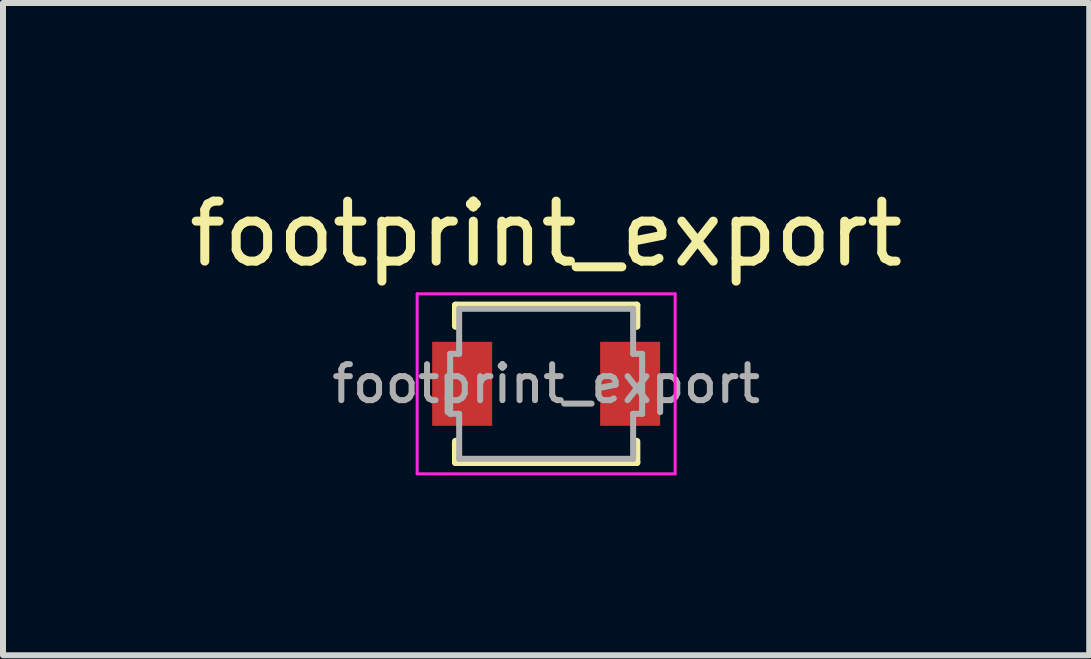
<source format=kicad_pcb>
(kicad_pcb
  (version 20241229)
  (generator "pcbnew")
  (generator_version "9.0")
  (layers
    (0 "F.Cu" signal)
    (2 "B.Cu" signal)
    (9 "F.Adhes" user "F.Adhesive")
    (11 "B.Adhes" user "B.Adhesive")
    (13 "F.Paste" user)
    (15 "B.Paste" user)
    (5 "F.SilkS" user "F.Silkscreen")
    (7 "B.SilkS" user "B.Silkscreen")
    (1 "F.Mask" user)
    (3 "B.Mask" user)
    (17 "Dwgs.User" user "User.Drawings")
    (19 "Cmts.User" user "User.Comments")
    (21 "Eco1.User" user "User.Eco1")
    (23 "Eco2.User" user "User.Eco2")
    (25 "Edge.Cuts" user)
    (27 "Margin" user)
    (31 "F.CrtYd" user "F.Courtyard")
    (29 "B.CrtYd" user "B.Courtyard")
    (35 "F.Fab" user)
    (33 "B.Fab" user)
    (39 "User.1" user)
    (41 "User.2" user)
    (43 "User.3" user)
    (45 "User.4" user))
  (footprint "footprint_export"
    (layer "F.Cu")
    (at 6.054 3.348)
    (property "Reference" "footprint_export" (at 0 -2.5 0) (layer "F.SilkS") (effects (font (size 1 1) (thickness 0.15))))
    (attr smd)
    (fp_line (start -1.51 -1.31) (end -1.51 -0.96) (stroke (width 0.12) (type solid)) (layer "F.SilkS"))
    (fp_line (start -1.51 -1.31) (end 1.51 -1.31) (stroke (width 0.12) (type solid)) (layer "F.SilkS"))
    (fp_line (start -1.51 0.96) (end -1.51 1.31) (stroke (width 0.12) (type solid)) (layer "F.SilkS"))
    (fp_line (start -1.51 1.31) (end 1.51 1.31) (stroke (width 0.12) (type solid)) (layer "F.SilkS"))
    (fp_line (start 1.51 -1.31) (end 1.51 -0.96) (stroke (width 0.12) (type solid)) (layer "F.SilkS"))
    (fp_line (start 1.51 0.96) (end 1.51 1.31) (stroke (width 0.12) (type solid)) (layer "F.SilkS"))
    (fp_line (start -2.15 -1.5) (end -2.15 1.5) (stroke (width 0.05) (type solid)) (layer "F.CrtYd"))
    (fp_line (start -2.15 -1.5) (end 2.15 -1.5) (stroke (width 0.05) (type solid)) (layer "F.CrtYd"))
    (fp_line (start -2.15 1.5) (end 2.15 1.5) (stroke (width 0.05) (type solid)) (layer "F.CrtYd"))
    (fp_line (start 2.15 -1.5) (end 2.15 1.5) (stroke (width 0.05) (type solid)) (layer "F.CrtYd"))
    (fp_line (start -1.6 -0.5) (end -1.6 0.5) (stroke (width 0.1) (type solid)) (layer "F.Fab"))
    (fp_line (start -1.6 -0.5) (end -1.45 -0.5) (stroke (width 0.1) (type solid)) (layer "F.Fab"))
    (fp_line (start -1.45 -1.25) (end -1.45 -0.5) (stroke (width 0.1) (type solid)) (layer "F.Fab"))
    (fp_line (start -1.45 -1.25) (end 1.45 -1.25) (stroke (width 0.1) (type solid)) (layer "F.Fab"))
    (fp_line (start -1.45 0.5) (end -1.6 0.5) (stroke (width 0.1) (type solid)) (layer "F.Fab"))
    (fp_line (start -1.45 0.5) (end -1.45 1.25) (stroke (width 0.1) (type solid)) (layer "F.Fab"))
    (fp_line (start -1.45 1.25) (end 1.45 1.25) (stroke (width 0.1) (type solid)) (layer "F.Fab"))
    (fp_line (start 1.45 -1.25) (end 1.45 -0.5) (stroke (width 0.1) (type solid)) (layer "F.Fab"))
    (fp_line (start 1.45 -0.5) (end 1.6 -0.5) (stroke (width 0.1) (type solid)) (layer "F.Fab"))
    (fp_line (start 1.45 0.5) (end 1.45 1.25) (stroke (width 0.1) (type solid)) (layer "F.Fab"))
    (fp_line (start 1.6 -0.5) (end 1.6 0.5) (stroke (width 0.1) (type solid)) (layer "F.Fab"))
    (fp_line (start 1.6 0.5) (end 1.45 0.5) (stroke (width 0.1) (type solid)) (layer "F.Fab"))
    (fp_text user "${REFERENCE}" (at 0 0 0) (layer "F.Fab") (effects (font (size 0.6 0.6) (thickness 0.1))))
    (pad "1" smd rect (at -1.4 0) (size 1 1.4) (layers "F.Cu" "F.Mask" "F.Paste"))
    (pad "2" smd rect (at 1.4 0) (size 1 1.4) (layers "F.Cu" "F.Mask" "F.Paste")))
  (gr_rect
    (start -3 -3)
    (end 15.107 7.873)
    (stroke (width 0.1) (type default))
    (fill no)
    (layer "Edge.Cuts")))
</source>
